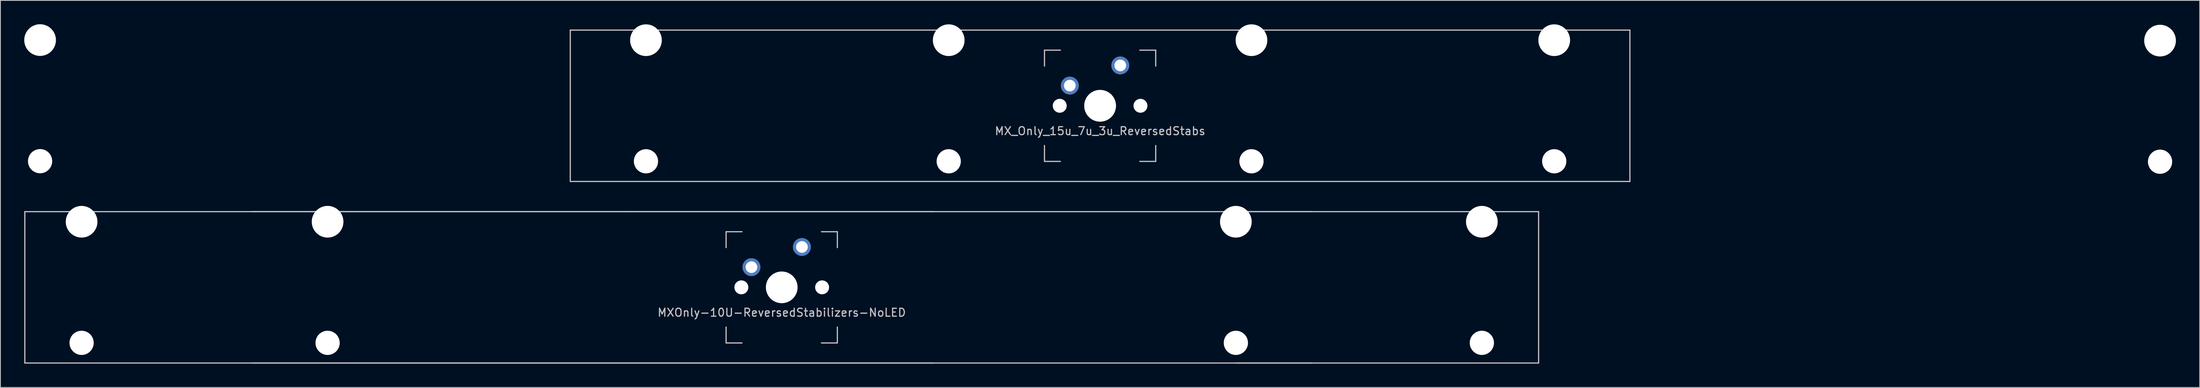
<source format=kicad_pcb>
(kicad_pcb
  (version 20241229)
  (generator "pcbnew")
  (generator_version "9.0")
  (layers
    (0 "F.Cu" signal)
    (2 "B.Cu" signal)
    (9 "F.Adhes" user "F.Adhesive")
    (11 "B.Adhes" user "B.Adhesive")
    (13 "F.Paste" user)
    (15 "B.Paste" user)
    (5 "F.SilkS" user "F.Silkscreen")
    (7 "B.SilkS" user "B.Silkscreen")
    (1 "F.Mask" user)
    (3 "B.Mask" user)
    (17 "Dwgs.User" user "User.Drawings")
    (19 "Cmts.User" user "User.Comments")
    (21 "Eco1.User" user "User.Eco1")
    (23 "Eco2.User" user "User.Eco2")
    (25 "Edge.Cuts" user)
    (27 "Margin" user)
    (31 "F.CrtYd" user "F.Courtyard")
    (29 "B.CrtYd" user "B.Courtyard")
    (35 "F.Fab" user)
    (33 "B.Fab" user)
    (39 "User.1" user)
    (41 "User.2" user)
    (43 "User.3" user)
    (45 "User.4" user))
  (footprint "MX_Only_15u_7u_3u_ReversedStabs"
    (layer "F.Cu")
    (at 135.392 10.263)
    (property "Reference" "MX_Only_15u_7u_3u_ReversedStabs" (at 0 3.175 0) (layer "Dwgs.User") (effects (font (size 1 1) (thickness 0.15))))
    (attr through_hole)
    (fp_line (start -66.675 -9.525) (end 66.675 -9.525) (stroke (width 0.15) (type solid)) (layer "Dwgs.User"))
    (fp_line (start -66.675 9.525) (end -66.675 -9.525) (stroke (width 0.15) (type solid)) (layer "Dwgs.User"))
    (fp_line (start -66.675 9.525) (end 66.675 9.525) (stroke (width 0.15) (type solid)) (layer "Dwgs.User"))
    (fp_line (start -7 -7) (end -7 -5) (stroke (width 0.15) (type solid)) (layer "Dwgs.User"))
    (fp_line (start -7 5) (end -7 7) (stroke (width 0.15) (type solid)) (layer "Dwgs.User"))
    (fp_line (start -7 7) (end -5 7) (stroke (width 0.15) (type solid)) (layer "Dwgs.User"))
    (fp_line (start -5 -7) (end -7 -7) (stroke (width 0.15) (type solid)) (layer "Dwgs.User"))
    (fp_line (start 5 -7) (end 7 -7) (stroke (width 0.15) (type solid)) (layer "Dwgs.User"))
    (fp_line (start 5 7) (end 7 7) (stroke (width 0.15) (type solid)) (layer "Dwgs.User"))
    (fp_line (start 7 -7) (end 7 -5) (stroke (width 0.15) (type solid)) (layer "Dwgs.User"))
    (fp_line (start 7 7) (end 7 5) (stroke (width 0.15) (type solid)) (layer "Dwgs.User"))
    (fp_line (start 66.675 -9.525) (end 66.675 9.525) (stroke (width 0.15) (type solid)) (layer "Dwgs.User"))
    (pad "" np_thru_hole circle (at -133.398 -8.269) (size 3.988 3.988) (drill 3.988) (layers "*.Cu" "*.Mask"))
    (pad "" np_thru_hole circle (at -133.398 6.971) (size 3.048 3.048) (drill 3.048) (layers "*.Cu" "*.Mask"))
    (pad "" np_thru_hole circle (at -57.15 -8.255) (size 3.988 3.988) (drill 3.988) (layers "*.Cu" "*.Mask"))
    (pad "" np_thru_hole circle (at -57.15 6.985) (size 3.048 3.048) (drill 3.048) (layers "*.Cu" "*.Mask"))
    (pad "" np_thru_hole circle (at -19.05 -8.255) (size 3.988 3.988) (drill 3.988) (layers "*.Cu" "*.Mask"))
    (pad "" np_thru_hole circle (at -19.05 6.985) (size 3.048 3.048) (drill 3.048) (layers "*.Cu" "*.Mask"))
    (pad "" np_thru_hole circle (at -5.08 0 48.1) (size 1.75 1.75) (drill 1.75) (layers "*.Cu" "*.Mask"))
    (pad "" np_thru_hole circle (at 0 0) (size 3.988 3.988) (drill 3.988) (layers "*.Cu" "*.Mask"))
    (pad "" np_thru_hole circle (at 0 0) (size 3.988 3.988) (drill 3.988) (layers "*.Cu" "*.Mask"))
    (pad "" np_thru_hole circle (at 5.08 0 48.1) (size 1.75 1.75) (drill 1.75) (layers "*.Cu" "*.Mask"))
    (pad "" np_thru_hole circle (at 19.05 -8.255) (size 3.988 3.988) (drill 3.988) (layers "*.Cu" "*.Mask"))
    (pad "" np_thru_hole circle (at 19.05 6.985) (size 3.048 3.048) (drill 3.048) (layers "*.Cu" "*.Mask"))
    (pad "" np_thru_hole circle (at 57.15 -8.255) (size 3.988 3.988) (drill 3.988) (layers "*.Cu" "*.Mask"))
    (pad "" np_thru_hole circle (at 57.15 6.985) (size 3.048 3.048) (drill 3.048) (layers "*.Cu" "*.Mask"))
    (pad "" np_thru_hole circle (at 133.39 -8.2) (size 3.988 3.988) (drill 3.988) (layers "*.Cu" "*.Mask"))
    (pad "" np_thru_hole circle (at 133.39 7.04) (size 3.048 3.048) (drill 3.048) (layers "*.Cu" "*.Mask"))
    (pad "1" thru_hole circle (at -3.81 -2.54) (size 2.25 2.25) (drill 1.47) (layers "*.Cu" "B.Mask"))
    (pad "2" thru_hole circle (at 2.54 -5.08) (size 2.25 2.25) (drill 1.47) (layers "*.Cu" "B.Mask")))
  (footprint "MXOnly-10U-ReversedStabilizers-NoLED"
    (layer "F.Cu")
    (at 95.327 33.112)
    (property "Reference" "MXOnly-10U-ReversedStabilizers-NoLED" (at 0 3.175 0) (layer "Dwgs.User") (effects (font (size 1 1) (thickness 0.15))))
    (attr through_hole)
    (fp_line (start -95.252 -9.525) (end -57.152 -9.525) (stroke (width 0.15) (type solid)) (layer "Dwgs.User"))
    (fp_line (start -95.252 9.525) (end -95.252 -9.525) (stroke (width 0.15) (type solid)) (layer "Dwgs.User"))
    (fp_line (start -95.252 9.525) (end -57.152 9.525) (stroke (width 0.15) (type solid)) (layer "Dwgs.User"))
    (fp_line (start -66.675 -9.525) (end 66.675 -9.525) (stroke (width 0.15) (type solid)) (layer "Dwgs.User"))
    (fp_line (start -66.675 9.525) (end 66.675 9.525) (stroke (width 0.15) (type solid)) (layer "Dwgs.User"))
    (fp_line (start -57.151 -9.525) (end -19.051 -9.525) (stroke (width 0.15) (type solid)) (layer "Dwgs.User"))
    (fp_line (start -57.151 9.525) (end -19.051 9.525) (stroke (width 0.15) (type solid)) (layer "Dwgs.User"))
    (fp_line (start -19.05 -9.525) (end 19.05 -9.525) (stroke (width 0.15) (type solid)) (layer "Dwgs.User"))
    (fp_line (start -19.05 9.525) (end 19.05 9.525) (stroke (width 0.15) (type solid)) (layer "Dwgs.User"))
    (fp_line (start -7 -7) (end -7 -5) (stroke (width 0.15) (type solid)) (layer "Dwgs.User"))
    (fp_line (start -7 5) (end -7 7) (stroke (width 0.15) (type solid)) (layer "Dwgs.User"))
    (fp_line (start -7 7) (end -5 7) (stroke (width 0.15) (type solid)) (layer "Dwgs.User"))
    (fp_line (start -5 -7) (end -7 -7) (stroke (width 0.15) (type solid)) (layer "Dwgs.User"))
    (fp_line (start 5 -7) (end 7 -7) (stroke (width 0.15) (type solid)) (layer "Dwgs.User"))
    (fp_line (start 5 7) (end 7 7) (stroke (width 0.15) (type solid)) (layer "Dwgs.User"))
    (fp_line (start 7 -7) (end 7 -5) (stroke (width 0.15) (type solid)) (layer "Dwgs.User"))
    (fp_line (start 7 7) (end 7 5) (stroke (width 0.15) (type solid)) (layer "Dwgs.User"))
    (fp_line (start 57.151 -9.525) (end 95.251 -9.525) (stroke (width 0.15) (type solid)) (layer "Dwgs.User"))
    (fp_line (start 57.151 9.525) (end 95.251 9.525) (stroke (width 0.15) (type solid)) (layer "Dwgs.User"))
    (fp_line (start 95.251 -9.525) (end 95.251 9.525) (stroke (width 0.15) (type solid)) (layer "Dwgs.User"))
    (pad "" np_thru_hole circle (at -88.108 -8.255) (size 3.988 3.988) (drill 3.988) (layers "*.Cu" "*.Mask"))
    (pad "" np_thru_hole circle (at -88.108 6.985) (size 3.048 3.048) (drill 3.048) (layers "*.Cu" "*.Mask"))
    (pad "" np_thru_hole circle (at -57.15 -8.255) (size 3.988 3.988) (drill 3.988) (layers "*.Cu" "*.Mask"))
    (pad "" np_thru_hole circle (at -57.15 6.985) (size 3.048 3.048) (drill 3.048) (layers "*.Cu" "*.Mask"))
    (pad "" np_thru_hole circle (at -5.08 0 48.1) (size 1.75 1.75) (drill 1.75) (layers "*.Cu" "*.Mask"))
    (pad "" np_thru_hole circle (at 0 0) (size 3.988 3.988) (drill 3.988) (layers "*.Cu" "*.Mask"))
    (pad "" np_thru_hole circle (at 5.08 0 48.1) (size 1.75 1.75) (drill 1.75) (layers "*.Cu" "*.Mask"))
    (pad "" np_thru_hole circle (at 57.15 -8.255) (size 3.988 3.988) (drill 3.988) (layers "*.Cu" "*.Mask"))
    (pad "" np_thru_hole circle (at 57.15 6.985) (size 3.048 3.048) (drill 3.048) (layers "*.Cu" "*.Mask"))
    (pad "" np_thru_hole circle (at 88.107 -8.255) (size 3.988 3.988) (drill 3.988) (layers "*.Cu" "*.Mask"))
    (pad "" np_thru_hole circle (at 88.107 6.985) (size 3.048 3.048) (drill 3.048) (layers "*.Cu" "*.Mask"))
    (pad "1" thru_hole circle (at -3.81 -2.54) (size 2.25 2.25) (drill 1.47) (layers "*.Cu" "B.Mask"))
    (pad "2" thru_hole circle (at 2.54 -5.08) (size 2.25 2.25) (drill 1.47) (layers "*.Cu" "B.Mask")))
  (gr_rect
    (start -3 -3)
    (end 273.776 45.713)
    (stroke (width 0.1) (type default))
    (fill no)
    (layer "Edge.Cuts")))
</source>
